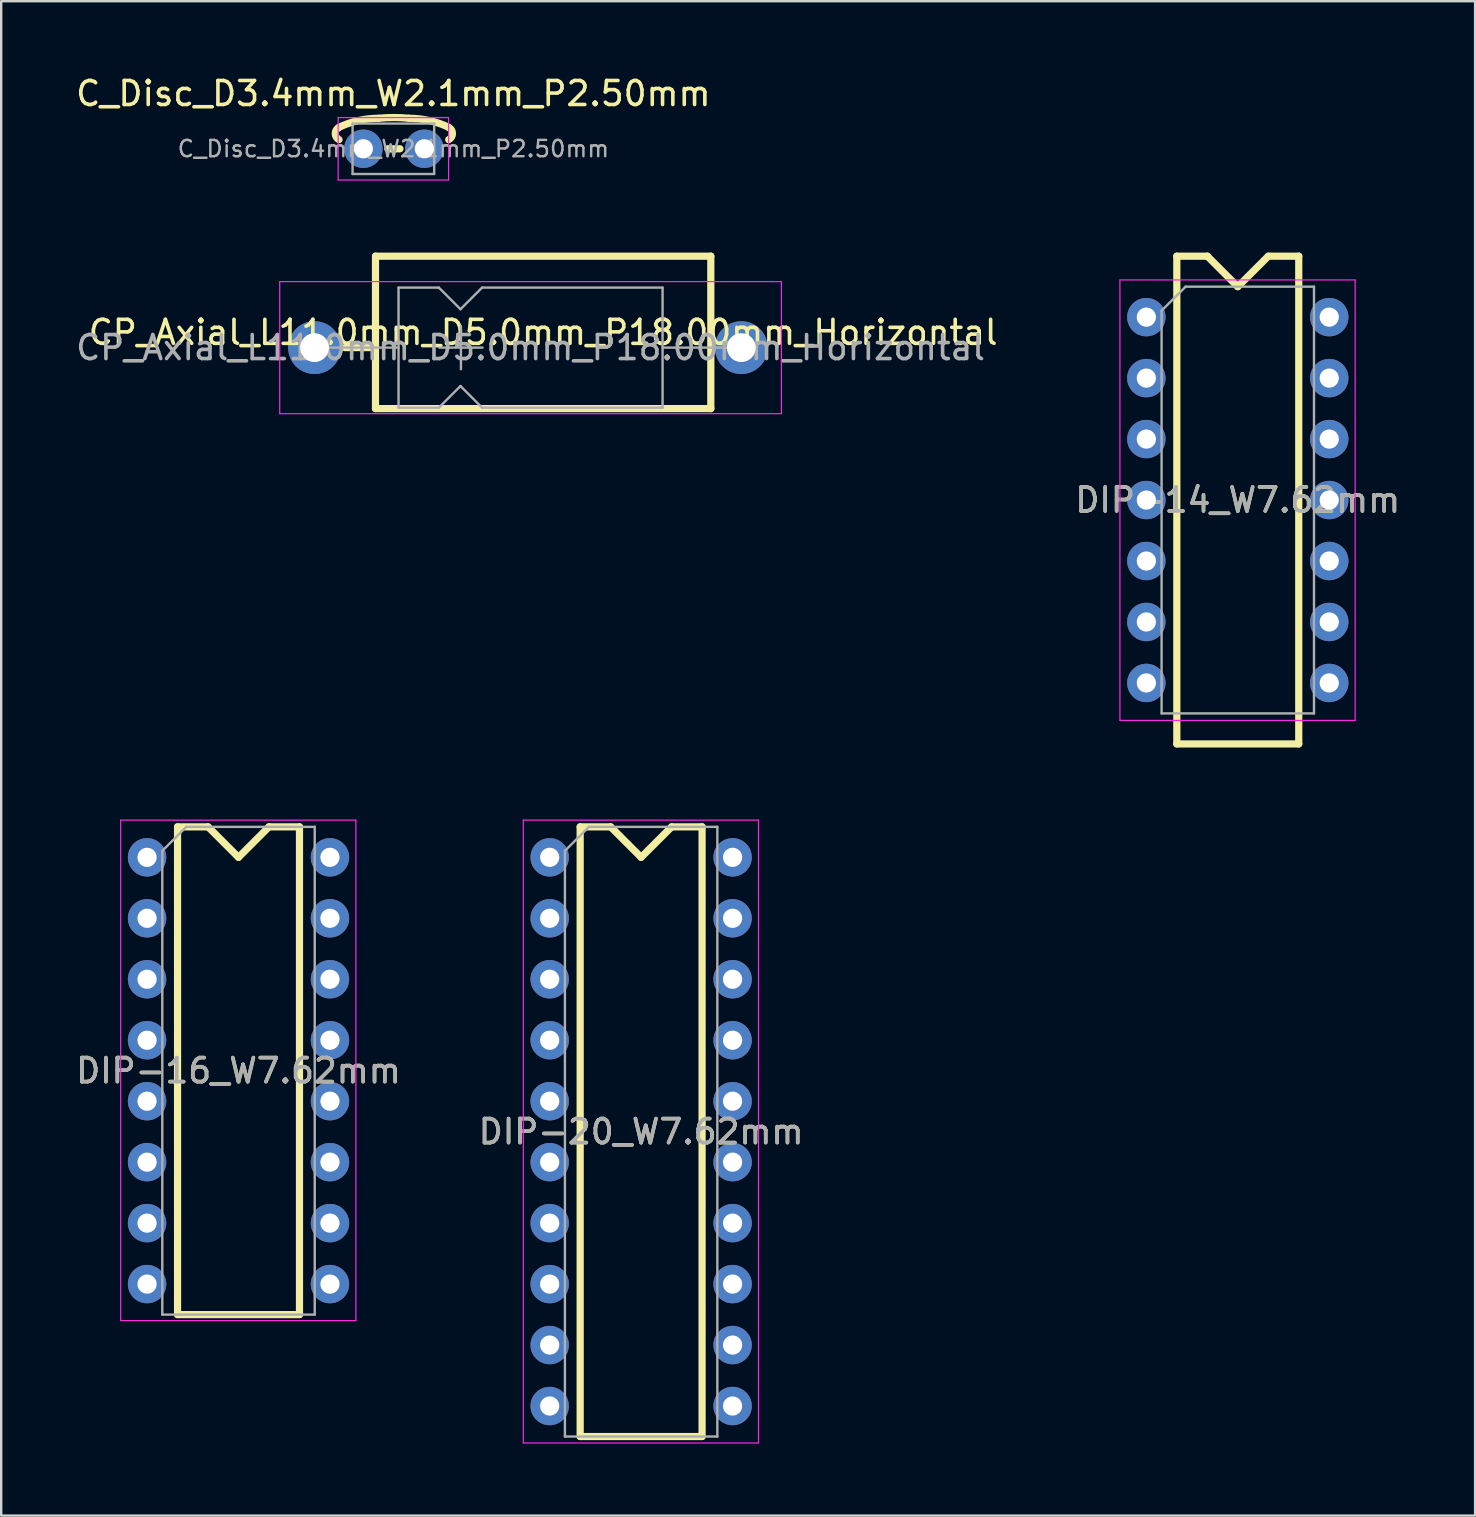
<source format=kicad_pcb>
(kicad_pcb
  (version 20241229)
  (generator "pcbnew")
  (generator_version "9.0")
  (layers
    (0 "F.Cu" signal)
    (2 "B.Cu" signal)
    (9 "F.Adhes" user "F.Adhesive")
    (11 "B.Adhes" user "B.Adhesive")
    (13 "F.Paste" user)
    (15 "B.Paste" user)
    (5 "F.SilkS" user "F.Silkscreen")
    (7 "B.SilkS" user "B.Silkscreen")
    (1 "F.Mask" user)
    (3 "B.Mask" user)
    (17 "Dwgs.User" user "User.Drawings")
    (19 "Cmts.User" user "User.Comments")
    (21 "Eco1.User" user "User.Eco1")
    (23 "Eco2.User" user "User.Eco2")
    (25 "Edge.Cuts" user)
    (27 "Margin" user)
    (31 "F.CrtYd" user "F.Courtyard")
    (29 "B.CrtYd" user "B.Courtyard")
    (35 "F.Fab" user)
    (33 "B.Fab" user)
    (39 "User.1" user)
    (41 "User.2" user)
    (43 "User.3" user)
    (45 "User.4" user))
  (footprint "DIP-14_W7.62mm"
    (layer "F.Cu")
    (at 44.709 10.163)
    (property "Reference" "DIP-14_W7.62mm" (at 3.81 7.62 0) (layer "F.SilkS") (effects (font (size 1 1) (thickness 0.15))))
    (attr through_hole)
    (fp_line (start 1.27 -2.54) (end 1.27 17.78) (stroke (width 0.3) (type solid)) (layer "F.SilkS"))
    (fp_line (start 1.27 17.78) (end 6.35 17.78) (stroke (width 0.3) (type solid)) (layer "F.SilkS"))
    (fp_line (start 2.54 -2.54) (end 1.27 -2.54) (stroke (width 0.3) (type solid)) (layer "F.SilkS"))
    (fp_line (start 3.81 -1.27) (end 2.54 -2.54) (stroke (width 0.3) (type solid)) (layer "F.SilkS"))
    (fp_line (start 5.08 -2.54) (end 3.81 -1.27) (stroke (width 0.3) (type solid)) (layer "F.SilkS"))
    (fp_line (start 6.35 -2.54) (end 5.08 -2.54) (stroke (width 0.3) (type solid)) (layer "F.SilkS"))
    (fp_line (start 6.35 17.78) (end 6.35 -2.54) (stroke (width 0.3) (type solid)) (layer "F.SilkS"))
    (fp_line (start -1.1 -1.55) (end -1.1 16.8) (stroke (width 0.05) (type solid)) (layer "F.CrtYd"))
    (fp_line (start -1.1 16.8) (end 8.7 16.8) (stroke (width 0.05) (type solid)) (layer "F.CrtYd"))
    (fp_line (start 8.7 -1.55) (end -1.1 -1.55) (stroke (width 0.05) (type solid)) (layer "F.CrtYd"))
    (fp_line (start 8.7 16.8) (end 8.7 -1.55) (stroke (width 0.05) (type solid)) (layer "F.CrtYd"))
    (fp_line (start 0.635 -0.27) (end 1.635 -1.27) (stroke (width 0.1) (type solid)) (layer "F.Fab"))
    (fp_line (start 0.635 16.51) (end 0.635 -0.27) (stroke (width 0.1) (type solid)) (layer "F.Fab"))
    (fp_line (start 1.635 -1.27) (end 6.985 -1.27) (stroke (width 0.1) (type solid)) (layer "F.Fab"))
    (fp_line (start 6.985 -1.27) (end 6.985 16.51) (stroke (width 0.1) (type solid)) (layer "F.Fab"))
    (fp_line (start 6.985 16.51) (end 0.635 16.51) (stroke (width 0.1) (type solid)) (layer "F.Fab"))
    (fp_text user "${REFERENCE}" (at 3.81 7.62 0) (layer "F.Fab") (effects (font (size 1 1) (thickness 0.15))))
    (pad "1" thru_hole circle (at 0 0) (size 1.6 1.6) (drill 0.8) (layers "*.Cu" "*.Mask"))
    (pad "2" thru_hole oval (at 0 2.54) (size 1.6 1.6) (drill 0.8) (layers "*.Cu" "*.Mask"))
    (pad "3" thru_hole oval (at 0 5.08) (size 1.6 1.6) (drill 0.8) (layers "*.Cu" "*.Mask"))
    (pad "4" thru_hole oval (at 0 7.62) (size 1.6 1.6) (drill 0.8) (layers "*.Cu" "*.Mask"))
    (pad "5" thru_hole oval (at 0 10.16) (size 1.6 1.6) (drill 0.8) (layers "*.Cu" "*.Mask"))
    (pad "6" thru_hole oval (at 0 12.7) (size 1.6 1.6) (drill 0.8) (layers "*.Cu" "*.Mask"))
    (pad "7" thru_hole oval (at 0 15.24) (size 1.6 1.6) (drill 0.8) (layers "*.Cu" "*.Mask"))
    (pad "8" thru_hole oval (at 7.62 15.24) (size 1.6 1.6) (drill 0.8) (layers "*.Cu" "*.Mask"))
    (pad "9" thru_hole oval (at 7.62 12.7) (size 1.6 1.6) (drill 0.8) (layers "*.Cu" "*.Mask"))
    (pad "10" thru_hole oval (at 7.62 10.16) (size 1.6 1.6) (drill 0.8) (layers "*.Cu" "*.Mask"))
    (pad "11" thru_hole oval (at 7.62 7.62) (size 1.6 1.6) (drill 0.8) (layers "*.Cu" "*.Mask"))
    (pad "12" thru_hole oval (at 7.62 5.08) (size 1.6 1.6) (drill 0.8) (layers "*.Cu" "*.Mask"))
    (pad "13" thru_hole oval (at 7.62 2.54) (size 1.6 1.6) (drill 0.8) (layers "*.Cu" "*.Mask"))
    (pad "14" thru_hole oval (at 7.62 0) (size 1.6 1.6) (drill 0.8) (layers "*.Cu" "*.Mask")))
  (footprint "DIP-16_W7.62mm"
    (layer "F.Cu")
    (at 3.077 32.668)
    (property "Reference" "DIP-16_W7.62mm" (at 3.81 8.89 0) (layer "F.SilkS") (effects (font (size 1 1) (thickness 0.15))))
    (attr through_hole)
    (fp_line (start 1.27 -1.27) (end 1.27 19.05) (stroke (width 0.3) (type solid)) (layer "F.SilkS"))
    (fp_line (start 1.27 19.05) (end 6.35 19.05) (stroke (width 0.3) (type solid)) (layer "F.SilkS"))
    (fp_line (start 2.54 -1.27) (end 1.27 -1.27) (stroke (width 0.3) (type solid)) (layer "F.SilkS"))
    (fp_line (start 3.81 0) (end 2.54 -1.27) (stroke (width 0.3) (type solid)) (layer "F.SilkS"))
    (fp_line (start 5.08 -1.27) (end 3.81 0) (stroke (width 0.3) (type solid)) (layer "F.SilkS"))
    (fp_line (start 6.35 -1.27) (end 5.08 -1.27) (stroke (width 0.3) (type solid)) (layer "F.SilkS"))
    (fp_line (start 6.35 19.05) (end 6.35 -1.27) (stroke (width 0.3) (type solid)) (layer "F.SilkS"))
    (fp_line (start -1.1 -1.55) (end -1.1 19.3) (stroke (width 0.05) (type solid)) (layer "F.CrtYd"))
    (fp_line (start -1.1 19.3) (end 8.7 19.3) (stroke (width 0.05) (type solid)) (layer "F.CrtYd"))
    (fp_line (start 8.7 -1.55) (end -1.1 -1.55) (stroke (width 0.05) (type solid)) (layer "F.CrtYd"))
    (fp_line (start 8.7 19.3) (end 8.7 -1.55) (stroke (width 0.05) (type solid)) (layer "F.CrtYd"))
    (fp_line (start 0.635 -0.27) (end 1.635 -1.27) (stroke (width 0.1) (type solid)) (layer "F.Fab"))
    (fp_line (start 0.635 19.05) (end 0.635 -0.27) (stroke (width 0.1) (type solid)) (layer "F.Fab"))
    (fp_line (start 1.635 -1.27) (end 6.985 -1.27) (stroke (width 0.1) (type solid)) (layer "F.Fab"))
    (fp_line (start 6.985 -1.27) (end 6.985 19.05) (stroke (width 0.1) (type solid)) (layer "F.Fab"))
    (fp_line (start 6.985 19.05) (end 0.635 19.05) (stroke (width 0.1) (type solid)) (layer "F.Fab"))
    (fp_text user "${REFERENCE}" (at 3.81 8.89 0) (layer "F.Fab") (effects (font (size 1 1) (thickness 0.15))))
    (pad "1" thru_hole circle (at 0 0) (size 1.6 1.6) (drill 0.8) (layers "*.Cu" "*.Mask"))
    (pad "2" thru_hole oval (at 0 2.54) (size 1.6 1.6) (drill 0.8) (layers "*.Cu" "*.Mask"))
    (pad "3" thru_hole oval (at 0 5.08) (size 1.6 1.6) (drill 0.8) (layers "*.Cu" "*.Mask"))
    (pad "4" thru_hole oval (at 0 7.62) (size 1.6 1.6) (drill 0.8) (layers "*.Cu" "*.Mask"))
    (pad "5" thru_hole oval (at 0 10.16) (size 1.6 1.6) (drill 0.8) (layers "*.Cu" "*.Mask"))
    (pad "6" thru_hole oval (at 0 12.7) (size 1.6 1.6) (drill 0.8) (layers "*.Cu" "*.Mask"))
    (pad "7" thru_hole oval (at 0 15.24) (size 1.6 1.6) (drill 0.8) (layers "*.Cu" "*.Mask"))
    (pad "8" thru_hole oval (at 0 17.78) (size 1.6 1.6) (drill 0.8) (layers "*.Cu" "*.Mask"))
    (pad "9" thru_hole oval (at 7.62 17.78) (size 1.6 1.6) (drill 0.8) (layers "*.Cu" "*.Mask"))
    (pad "10" thru_hole oval (at 7.62 15.24) (size 1.6 1.6) (drill 0.8) (layers "*.Cu" "*.Mask"))
    (pad "11" thru_hole oval (at 7.62 12.7) (size 1.6 1.6) (drill 0.8) (layers "*.Cu" "*.Mask"))
    (pad "12" thru_hole oval (at 7.62 10.16) (size 1.6 1.6) (drill 0.8) (layers "*.Cu" "*.Mask"))
    (pad "13" thru_hole oval (at 7.62 7.62) (size 1.6 1.6) (drill 0.8) (layers "*.Cu" "*.Mask"))
    (pad "14" thru_hole oval (at 7.62 5.08) (size 1.6 1.6) (drill 0.8) (layers "*.Cu" "*.Mask"))
    (pad "15" thru_hole oval (at 7.62 2.54) (size 1.6 1.6) (drill 0.8) (layers "*.Cu" "*.Mask"))
    (pad "16" thru_hole oval (at 7.62 0) (size 1.6 1.6) (drill 0.8) (layers "*.Cu" "*.Mask")))
  (footprint "DIP-20_W7.62mm"
    (layer "F.Cu")
    (at 19.851 32.668)
    (property "Reference" "DIP-20_W7.62mm" (at 3.81 11.43 0) (layer "F.SilkS") (effects (font (size 1 1) (thickness 0.15))))
    (attr through_hole)
    (fp_line (start 1.27 -1.27) (end 1.27 24.13) (stroke (width 0.3) (type solid)) (layer "F.SilkS"))
    (fp_line (start 1.27 24.13) (end 6.35 24.13) (stroke (width 0.3) (type solid)) (layer "F.SilkS"))
    (fp_line (start 2.54 -1.27) (end 1.27 -1.27) (stroke (width 0.3) (type solid)) (layer "F.SilkS"))
    (fp_line (start 3.81 0) (end 2.54 -1.27) (stroke (width 0.3) (type solid)) (layer "F.SilkS"))
    (fp_line (start 5.08 -1.27) (end 3.81 0) (stroke (width 0.3) (type solid)) (layer "F.SilkS"))
    (fp_line (start 6.35 -1.27) (end 5.08 -1.27) (stroke (width 0.3) (type solid)) (layer "F.SilkS"))
    (fp_line (start 6.35 24.13) (end 6.35 -1.27) (stroke (width 0.3) (type solid)) (layer "F.SilkS"))
    (fp_line (start -1.1 -1.55) (end -1.1 24.4) (stroke (width 0.05) (type solid)) (layer "F.CrtYd"))
    (fp_line (start -1.1 24.4) (end 8.7 24.4) (stroke (width 0.05) (type solid)) (layer "F.CrtYd"))
    (fp_line (start 8.7 -1.55) (end -1.1 -1.55) (stroke (width 0.05) (type solid)) (layer "F.CrtYd"))
    (fp_line (start 8.7 24.4) (end 8.7 -1.55) (stroke (width 0.05) (type solid)) (layer "F.CrtYd"))
    (fp_line (start 0.635 -0.27) (end 1.635 -1.27) (stroke (width 0.1) (type solid)) (layer "F.Fab"))
    (fp_line (start 0.635 24.13) (end 0.635 -0.27) (stroke (width 0.1) (type solid)) (layer "F.Fab"))
    (fp_line (start 1.635 -1.27) (end 6.985 -1.27) (stroke (width 0.1) (type solid)) (layer "F.Fab"))
    (fp_line (start 6.985 -1.27) (end 6.985 24.13) (stroke (width 0.1) (type solid)) (layer "F.Fab"))
    (fp_line (start 6.985 24.13) (end 0.635 24.13) (stroke (width 0.1) (type solid)) (layer "F.Fab"))
    (fp_text user "${REFERENCE}" (at 3.81 11.43 0) (layer "F.Fab") (effects (font (size 1 1) (thickness 0.15))))
    (pad "1" thru_hole circle (at 0 0) (size 1.6 1.6) (drill 0.8) (layers "*.Cu" "*.Mask"))
    (pad "2" thru_hole oval (at 0 2.54) (size 1.6 1.6) (drill 0.8) (layers "*.Cu" "*.Mask"))
    (pad "3" thru_hole oval (at 0 5.08) (size 1.6 1.6) (drill 0.8) (layers "*.Cu" "*.Mask"))
    (pad "4" thru_hole oval (at 0 7.62) (size 1.6 1.6) (drill 0.8) (layers "*.Cu" "*.Mask"))
    (pad "5" thru_hole oval (at 0 10.16) (size 1.6 1.6) (drill 0.8) (layers "*.Cu" "*.Mask"))
    (pad "6" thru_hole oval (at 0 12.7) (size 1.6 1.6) (drill 0.8) (layers "*.Cu" "*.Mask"))
    (pad "7" thru_hole oval (at 0 15.24) (size 1.6 1.6) (drill 0.8) (layers "*.Cu" "*.Mask"))
    (pad "8" thru_hole oval (at 0 17.78) (size 1.6 1.6) (drill 0.8) (layers "*.Cu" "*.Mask"))
    (pad "9" thru_hole oval (at 0 20.32) (size 1.6 1.6) (drill 0.8) (layers "*.Cu" "*.Mask"))
    (pad "10" thru_hole oval (at 0 22.86) (size 1.6 1.6) (drill 0.8) (layers "*.Cu" "*.Mask"))
    (pad "11" thru_hole oval (at 7.62 22.86) (size 1.6 1.6) (drill 0.8) (layers "*.Cu" "*.Mask"))
    (pad "12" thru_hole oval (at 7.62 20.32) (size 1.6 1.6) (drill 0.8) (layers "*.Cu" "*.Mask"))
    (pad "13" thru_hole oval (at 7.62 17.78) (size 1.6 1.6) (drill 0.8) (layers "*.Cu" "*.Mask"))
    (pad "14" thru_hole oval (at 7.62 15.24) (size 1.6 1.6) (drill 0.8) (layers "*.Cu" "*.Mask"))
    (pad "15" thru_hole oval (at 7.62 12.7) (size 1.6 1.6) (drill 0.8) (layers "*.Cu" "*.Mask"))
    (pad "16" thru_hole oval (at 7.62 10.16) (size 1.6 1.6) (drill 0.8) (layers "*.Cu" "*.Mask"))
    (pad "17" thru_hole oval (at 7.62 7.62) (size 1.6 1.6) (drill 0.8) (layers "*.Cu" "*.Mask"))
    (pad "18" thru_hole oval (at 7.62 5.08) (size 1.6 1.6) (drill 0.8) (layers "*.Cu" "*.Mask"))
    (pad "19" thru_hole oval (at 7.62 2.54) (size 1.6 1.6) (drill 0.8) (layers "*.Cu" "*.Mask"))
    (pad "20" thru_hole oval (at 7.62 0) (size 1.6 1.6) (drill 0.8) (layers "*.Cu" "*.Mask")))
  (footprint "CP_Axial_L11.0mm_D5.0mm_P18.00mm_Horizontal"
    (layer "F.Cu")
    (at 10.054 11.433)
    (property "Reference" "CP_Axial_L11.0mm_D5.0mm_P18.00mm_Horizontal" (at 9.525 -0.635 0) (layer "F.SilkS") (effects (font (size 1 1) (thickness 0.15))))
    (attr through_hole)
    (fp_line (start 1.27 0) (end 2.54 0) (stroke (width 0.3) (type solid)) (layer "F.SilkS"))
    (fp_line (start 2.54 -3.81) (end 2.54 2.54) (stroke (width 0.3) (type solid)) (layer "F.SilkS"))
    (fp_line (start 2.54 2.54) (end 16.51 2.54) (stroke (width 0.3) (type solid)) (layer "F.SilkS"))
    (fp_line (start 16.51 -3.81) (end 2.54 -3.81) (stroke (width 0.3) (type solid)) (layer "F.SilkS"))
    (fp_line (start 16.51 2.54) (end 16.51 -3.81) (stroke (width 0.3) (type solid)) (layer "F.SilkS"))
    (fp_line (start -1.45 -2.75) (end -1.45 2.75) (stroke (width 0.05) (type solid)) (layer "F.CrtYd"))
    (fp_line (start -1.45 2.75) (end 19.45 2.75) (stroke (width 0.05) (type solid)) (layer "F.CrtYd"))
    (fp_line (start 19.45 -2.75) (end -1.45 -2.75) (stroke (width 0.05) (type solid)) (layer "F.CrtYd"))
    (fp_line (start 19.45 2.75) (end 19.45 -2.75) (stroke (width 0.05) (type solid)) (layer "F.CrtYd"))
    (fp_line (start 0 0) (end 3.5 0) (stroke (width 0.1) (type solid)) (layer "F.Fab"))
    (fp_line (start 3.5 -2.5) (end 3.5 2.5) (stroke (width 0.1) (type solid)) (layer "F.Fab"))
    (fp_line (start 3.5 -2.5) (end 5.18 -2.5) (stroke (width 0.1) (type solid)) (layer "F.Fab"))
    (fp_line (start 3.5 2.5) (end 5.18 2.5) (stroke (width 0.1) (type solid)) (layer "F.Fab"))
    (fp_line (start 5.18 -2.5) (end 6.08 -1.6) (stroke (width 0.1) (type solid)) (layer "F.Fab"))
    (fp_line (start 5.18 2.5) (end 6.08 1.6) (stroke (width 0.1) (type solid)) (layer "F.Fab"))
    (fp_line (start 5.2 0) (end 7 0) (stroke (width 0.1) (type solid)) (layer "F.Fab"))
    (fp_line (start 6.08 -1.6) (end 6.98 -2.5) (stroke (width 0.1) (type solid)) (layer "F.Fab"))
    (fp_line (start 6.08 1.6) (end 6.98 2.5) (stroke (width 0.1) (type solid)) (layer "F.Fab"))
    (fp_line (start 6.1 -0.9) (end 6.1 0.9) (stroke (width 0.1) (type solid)) (layer "F.Fab"))
    (fp_line (start 6.98 -2.5) (end 14.5 -2.5) (stroke (width 0.1) (type solid)) (layer "F.Fab"))
    (fp_line (start 6.98 2.5) (end 14.5 2.5) (stroke (width 0.1) (type solid)) (layer "F.Fab"))
    (fp_line (start 14.5 -2.5) (end 14.5 2.5) (stroke (width 0.1) (type solid)) (layer "F.Fab"))
    (fp_line (start 18 0) (end 14.5 0) (stroke (width 0.1) (type solid)) (layer "F.Fab"))
    (fp_text user "${REFERENCE}" (at 9 0 0) (layer "F.Fab") (effects (font (size 1 1) (thickness 0.15))))
    (pad "1" thru_hole circle (at 0 0) (size 2.2 2.2) (drill 1.2) (layers "*.Cu" "*.Mask"))
    (pad "2" thru_hole circle (at 17.78 0) (size 2.2 2.2) (drill 1.2) (layers "*.Cu" "*.Mask")))
  (footprint "C_Disc_D3.4mm_W2.1mm_P2.50mm"
    (layer "F.Cu")
    (at 12.089 3.148)
    (property "Reference" "C_Disc_D3.4mm_W2.1mm_P2.50mm" (at 1.25 -2.3 0) (layer "F.SilkS") (effects (font (size 1 1) (thickness 0.15))))
    (attr through_hole)
    (fp_arc (start -1.017838 -0.892815) (mid -0.212665 -1.174506) (end 0.635 -1.269999) (stroke (width 0.3) (type solid)) (layer "F.SilkS"))
    (fp_arc (start -1.016 -0.381001) (mid -1.17298 -0.635) (end -1.015999 -0.888999) (stroke (width 0.3) (type solid)) (layer "F.SilkS"))
    (fp_arc (start 0.635001 -1.27) (mid 1.27 -1.301671) (end 1.905 -1.27) (stroke (width 0.3) (type solid)) (layer "F.SilkS"))
    (fp_arc (start 1.524001 -0.000001) (mid 1.270001 0.005077) (end 1.016001 -0.000001) (stroke (width 0.3) (type solid)) (layer "F.SilkS"))
    (fp_arc (start 1.905 -1.27) (mid 2.752665 -1.174507) (end 3.557838 -0.892816) (stroke (width 0.3) (type solid)) (layer "F.SilkS"))
    (fp_arc (start 3.556 -0.888998) (mid 3.71298 -0.634999) (end 3.555999 -0.381) (stroke (width 0.3) (type solid)) (layer "F.SilkS"))
    (fp_line (start -1.05 -1.3) (end -1.05 1.3) (stroke (width 0.05) (type solid)) (layer "F.CrtYd"))
    (fp_line (start -1.05 1.3) (end 3.55 1.3) (stroke (width 0.05) (type solid)) (layer "F.CrtYd"))
    (fp_line (start 3.55 -1.3) (end -1.05 -1.3) (stroke (width 0.05) (type solid)) (layer "F.CrtYd"))
    (fp_line (start 3.55 1.3) (end 3.55 -1.3) (stroke (width 0.05) (type solid)) (layer "F.CrtYd"))
    (fp_line (start -0.45 -1.05) (end -0.45 1.05) (stroke (width 0.1) (type solid)) (layer "F.Fab"))
    (fp_line (start -0.45 1.05) (end 2.95 1.05) (stroke (width 0.1) (type solid)) (layer "F.Fab"))
    (fp_line (start 2.95 -1.05) (end -0.45 -1.05) (stroke (width 0.1) (type solid)) (layer "F.Fab"))
    (fp_line (start 2.95 1.05) (end 2.95 -1.05) (stroke (width 0.1) (type solid)) (layer "F.Fab"))
    (fp_text user "${REFERENCE}" (at 1.25 0 0) (layer "F.Fab") (effects (font (size 0.68 0.68) (thickness 0.102))))
    (pad "1" thru_hole circle (at 0 0) (size 1.6 1.6) (drill 0.8) (layers "*.Cu" "*.Mask"))
    (pad "2" thru_hole circle (at 2.54 0) (size 1.6 1.6) (drill 0.8) (layers "*.Cu" "*.Mask")))
  (gr_rect
    (start -3 -3)
    (end 58.406 60.093)
    (stroke (width 0.1) (type default))
    (fill no)
    (layer "Edge.Cuts")))
</source>
